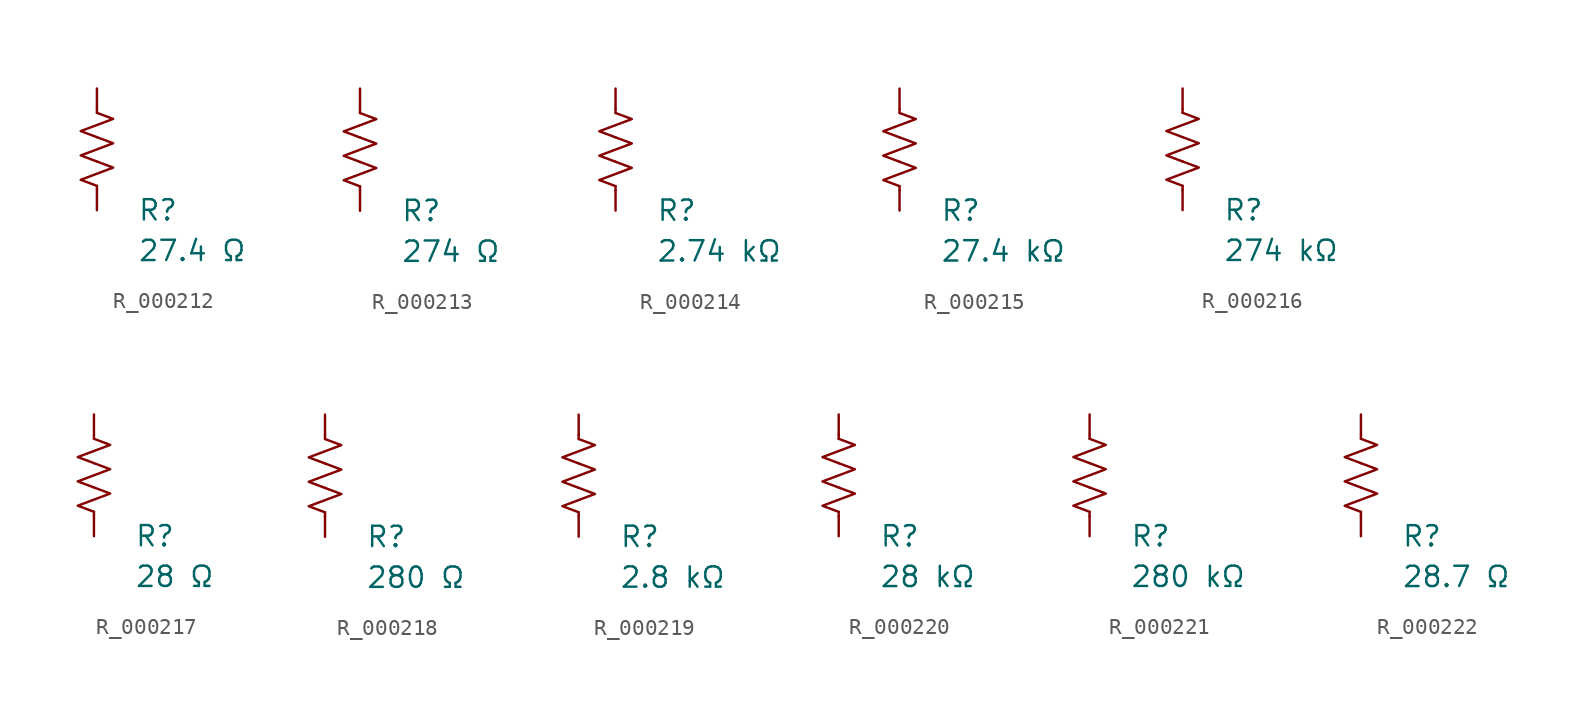
<source format=kicad_sym>
(kicad_symbol_lib
  (version 20231120)
  (generator "kicad_symbol_editor")
  (generator_version "8.0")
  (symbol "R_000212"
    (pin_numbers hide)
    (pin_names
      (offset 0))
    (property "Reference" "R"
      (at 2.54 -3.81 0)
      (effects (font (size 1.27 1.27)) (justify left))
      (show_name no))
    (property "Value" "27.4 Ω"
      (at 2.54 -6.35 0)
      (effects (font (size 1.27 1.27)) (justify left))
      (show_name no))
    (symbol "R_000212_0_1"
      (polyline (pts (xy 0 -2.286) (xy 0 -2.54)) (stroke (width 0) (type default)) (fill (type none)))
      (polyline (pts (xy 0 2.286) (xy 0 2.54)) (stroke (width 0) (type default)) (fill (type none)))
      (polyline (pts (xy 0 -0.762) (xy 1.016 -1.143) (xy 0 -1.524) (xy -1.016 -1.905) (xy 0 -2.286)) (stroke (width 0) (type default)) (fill (type none)))
      (polyline (pts (xy 0 0.762) (xy 1.016 0.381) (xy 0 0) (xy -1.016 -0.381) (xy 0 -0.762)) (stroke (width 0) (type default)) (fill (type none)))
      (polyline (pts (xy 0 2.286) (xy 1.016 1.905) (xy 0 1.524) (xy -1.016 1.143) (xy 0 0.762)) (stroke (width 0) (type default)) (fill (type none))))
    (symbol "R_000212_1_1"
      (pin passive line (at 0 3.81 270) (length 1.27) (name "~" (effects (font (size 1.27 1.27)))) (number "1" (effects (font (size 1.27 1.27)))))
      (pin passive line (at 0 -3.81 90) (length 1.27) (name "~" (effects (font (size 1.27 1.27)))) (number "2" (effects (font (size 1.27 1.27)))))))
  (symbol "R_000213"
    (pin_numbers hide)
    (pin_names
      (offset 0))
    (property "Reference" "R"
      (at 2.54 -3.81 0)
      (effects (font (size 1.27 1.27)) (justify left))
      (show_name no))
    (property "Value" "274 Ω"
      (at 2.54 -6.35 0)
      (effects (font (size 1.27 1.27)) (justify left))
      (show_name no))
    (symbol "R_000213_0_1"
      (polyline (pts (xy 0 -2.286) (xy 0 -2.54)) (stroke (width 0) (type default)) (fill (type none)))
      (polyline (pts (xy 0 2.286) (xy 0 2.54)) (stroke (width 0) (type default)) (fill (type none)))
      (polyline (pts (xy 0 -0.762) (xy 1.016 -1.143) (xy 0 -1.524) (xy -1.016 -1.905) (xy 0 -2.286)) (stroke (width 0) (type default)) (fill (type none)))
      (polyline (pts (xy 0 0.762) (xy 1.016 0.381) (xy 0 0) (xy -1.016 -0.381) (xy 0 -0.762)) (stroke (width 0) (type default)) (fill (type none)))
      (polyline (pts (xy 0 2.286) (xy 1.016 1.905) (xy 0 1.524) (xy -1.016 1.143) (xy 0 0.762)) (stroke (width 0) (type default)) (fill (type none))))
    (symbol "R_000213_1_1"
      (pin passive line (at 0 3.81 270) (length 1.27) (name "~" (effects (font (size 1.27 1.27)))) (number "1" (effects (font (size 1.27 1.27)))))
      (pin passive line (at 0 -3.81 90) (length 1.27) (name "~" (effects (font (size 1.27 1.27)))) (number "2" (effects (font (size 1.27 1.27)))))))
  (symbol "R_000214"
    (pin_numbers hide)
    (pin_names
      (offset 0))
    (property "Reference" "R"
      (at 2.54 -3.81 0)
      (effects (font (size 1.27 1.27)) (justify left))
      (show_name no))
    (property "Value" "2.74 kΩ"
      (at 2.54 -6.35 0)
      (effects (font (size 1.27 1.27)) (justify left))
      (show_name no))
    (symbol "R_000214_0_1"
      (polyline (pts (xy 0 -2.286) (xy 0 -2.54)) (stroke (width 0) (type default)) (fill (type none)))
      (polyline (pts (xy 0 2.286) (xy 0 2.54)) (stroke (width 0) (type default)) (fill (type none)))
      (polyline (pts (xy 0 -0.762) (xy 1.016 -1.143) (xy 0 -1.524) (xy -1.016 -1.905) (xy 0 -2.286)) (stroke (width 0) (type default)) (fill (type none)))
      (polyline (pts (xy 0 0.762) (xy 1.016 0.381) (xy 0 0) (xy -1.016 -0.381) (xy 0 -0.762)) (stroke (width 0) (type default)) (fill (type none)))
      (polyline (pts (xy 0 2.286) (xy 1.016 1.905) (xy 0 1.524) (xy -1.016 1.143) (xy 0 0.762)) (stroke (width 0) (type default)) (fill (type none))))
    (symbol "R_000214_1_1"
      (pin passive line (at 0 3.81 270) (length 1.27) (name "~" (effects (font (size 1.27 1.27)))) (number "1" (effects (font (size 1.27 1.27)))))
      (pin passive line (at 0 -3.81 90) (length 1.27) (name "~" (effects (font (size 1.27 1.27)))) (number "2" (effects (font (size 1.27 1.27)))))))
  (symbol "R_000215"
    (pin_numbers hide)
    (pin_names
      (offset 0))
    (property "Reference" "R"
      (at 2.54 -3.81 0)
      (effects (font (size 1.27 1.27)) (justify left))
      (show_name no))
    (property "Value" "27.4 kΩ"
      (at 2.54 -6.35 0)
      (effects (font (size 1.27 1.27)) (justify left))
      (show_name no))
    (symbol "R_000215_0_1"
      (polyline (pts (xy 0 -2.286) (xy 0 -2.54)) (stroke (width 0) (type default)) (fill (type none)))
      (polyline (pts (xy 0 2.286) (xy 0 2.54)) (stroke (width 0) (type default)) (fill (type none)))
      (polyline (pts (xy 0 -0.762) (xy 1.016 -1.143) (xy 0 -1.524) (xy -1.016 -1.905) (xy 0 -2.286)) (stroke (width 0) (type default)) (fill (type none)))
      (polyline (pts (xy 0 0.762) (xy 1.016 0.381) (xy 0 0) (xy -1.016 -0.381) (xy 0 -0.762)) (stroke (width 0) (type default)) (fill (type none)))
      (polyline (pts (xy 0 2.286) (xy 1.016 1.905) (xy 0 1.524) (xy -1.016 1.143) (xy 0 0.762)) (stroke (width 0) (type default)) (fill (type none))))
    (symbol "R_000215_1_1"
      (pin passive line (at 0 3.81 270) (length 1.27) (name "~" (effects (font (size 1.27 1.27)))) (number "1" (effects (font (size 1.27 1.27)))))
      (pin passive line (at 0 -3.81 90) (length 1.27) (name "~" (effects (font (size 1.27 1.27)))) (number "2" (effects (font (size 1.27 1.27)))))))
  (symbol "R_000216"
    (pin_numbers hide)
    (pin_names
      (offset 0))
    (property "Reference" "R"
      (at 2.54 -3.81 0)
      (effects (font (size 1.27 1.27)) (justify left))
      (show_name no))
    (property "Value" "274 kΩ"
      (at 2.54 -6.35 0)
      (effects (font (size 1.27 1.27)) (justify left))
      (show_name no))
    (symbol "R_000216_0_1"
      (polyline (pts (xy 0 -2.286) (xy 0 -2.54)) (stroke (width 0) (type default)) (fill (type none)))
      (polyline (pts (xy 0 2.286) (xy 0 2.54)) (stroke (width 0) (type default)) (fill (type none)))
      (polyline (pts (xy 0 -0.762) (xy 1.016 -1.143) (xy 0 -1.524) (xy -1.016 -1.905) (xy 0 -2.286)) (stroke (width 0) (type default)) (fill (type none)))
      (polyline (pts (xy 0 0.762) (xy 1.016 0.381) (xy 0 0) (xy -1.016 -0.381) (xy 0 -0.762)) (stroke (width 0) (type default)) (fill (type none)))
      (polyline (pts (xy 0 2.286) (xy 1.016 1.905) (xy 0 1.524) (xy -1.016 1.143) (xy 0 0.762)) (stroke (width 0) (type default)) (fill (type none))))
    (symbol "R_000216_1_1"
      (pin passive line (at 0 3.81 270) (length 1.27) (name "~" (effects (font (size 1.27 1.27)))) (number "1" (effects (font (size 1.27 1.27)))))
      (pin passive line (at 0 -3.81 90) (length 1.27) (name "~" (effects (font (size 1.27 1.27)))) (number "2" (effects (font (size 1.27 1.27)))))))
  (symbol "R_000217"
    (pin_numbers hide)
    (pin_names
      (offset 0))
    (property "Reference" "R"
      (at 2.54 -3.81 0)
      (effects (font (size 1.27 1.27)) (justify left))
      (show_name no))
    (property "Value" "28 Ω"
      (at 2.54 -6.35 0)
      (effects (font (size 1.27 1.27)) (justify left))
      (show_name no))
    (symbol "R_000217_0_1"
      (polyline (pts (xy 0 -2.286) (xy 0 -2.54)) (stroke (width 0) (type default)) (fill (type none)))
      (polyline (pts (xy 0 2.286) (xy 0 2.54)) (stroke (width 0) (type default)) (fill (type none)))
      (polyline (pts (xy 0 -0.762) (xy 1.016 -1.143) (xy 0 -1.524) (xy -1.016 -1.905) (xy 0 -2.286)) (stroke (width 0) (type default)) (fill (type none)))
      (polyline (pts (xy 0 0.762) (xy 1.016 0.381) (xy 0 0) (xy -1.016 -0.381) (xy 0 -0.762)) (stroke (width 0) (type default)) (fill (type none)))
      (polyline (pts (xy 0 2.286) (xy 1.016 1.905) (xy 0 1.524) (xy -1.016 1.143) (xy 0 0.762)) (stroke (width 0) (type default)) (fill (type none))))
    (symbol "R_000217_1_1"
      (pin passive line (at 0 3.81 270) (length 1.27) (name "~" (effects (font (size 1.27 1.27)))) (number "1" (effects (font (size 1.27 1.27)))))
      (pin passive line (at 0 -3.81 90) (length 1.27) (name "~" (effects (font (size 1.27 1.27)))) (number "2" (effects (font (size 1.27 1.27)))))))
  (symbol "R_000218"
    (pin_numbers hide)
    (pin_names
      (offset 0))
    (property "Reference" "R"
      (at 2.54 -3.81 0)
      (effects (font (size 1.27 1.27)) (justify left))
      (show_name no))
    (property "Value" "280 Ω"
      (at 2.54 -6.35 0)
      (effects (font (size 1.27 1.27)) (justify left))
      (show_name no))
    (symbol "R_000218_0_1"
      (polyline (pts (xy 0 -2.286) (xy 0 -2.54)) (stroke (width 0) (type default)) (fill (type none)))
      (polyline (pts (xy 0 2.286) (xy 0 2.54)) (stroke (width 0) (type default)) (fill (type none)))
      (polyline (pts (xy 0 -0.762) (xy 1.016 -1.143) (xy 0 -1.524) (xy -1.016 -1.905) (xy 0 -2.286)) (stroke (width 0) (type default)) (fill (type none)))
      (polyline (pts (xy 0 0.762) (xy 1.016 0.381) (xy 0 0) (xy -1.016 -0.381) (xy 0 -0.762)) (stroke (width 0) (type default)) (fill (type none)))
      (polyline (pts (xy 0 2.286) (xy 1.016 1.905) (xy 0 1.524) (xy -1.016 1.143) (xy 0 0.762)) (stroke (width 0) (type default)) (fill (type none))))
    (symbol "R_000218_1_1"
      (pin passive line (at 0 3.81 270) (length 1.27) (name "~" (effects (font (size 1.27 1.27)))) (number "1" (effects (font (size 1.27 1.27)))))
      (pin passive line (at 0 -3.81 90) (length 1.27) (name "~" (effects (font (size 1.27 1.27)))) (number "2" (effects (font (size 1.27 1.27)))))))
  (symbol "R_000219"
    (pin_numbers hide)
    (pin_names
      (offset 0))
    (property "Reference" "R"
      (at 2.54 -3.81 0)
      (effects (font (size 1.27 1.27)) (justify left))
      (show_name no))
    (property "Value" "2.8 kΩ"
      (at 2.54 -6.35 0)
      (effects (font (size 1.27 1.27)) (justify left))
      (show_name no))
    (symbol "R_000219_0_1"
      (polyline (pts (xy 0 -2.286) (xy 0 -2.54)) (stroke (width 0) (type default)) (fill (type none)))
      (polyline (pts (xy 0 2.286) (xy 0 2.54)) (stroke (width 0) (type default)) (fill (type none)))
      (polyline (pts (xy 0 -0.762) (xy 1.016 -1.143) (xy 0 -1.524) (xy -1.016 -1.905) (xy 0 -2.286)) (stroke (width 0) (type default)) (fill (type none)))
      (polyline (pts (xy 0 0.762) (xy 1.016 0.381) (xy 0 0) (xy -1.016 -0.381) (xy 0 -0.762)) (stroke (width 0) (type default)) (fill (type none)))
      (polyline (pts (xy 0 2.286) (xy 1.016 1.905) (xy 0 1.524) (xy -1.016 1.143) (xy 0 0.762)) (stroke (width 0) (type default)) (fill (type none))))
    (symbol "R_000219_1_1"
      (pin passive line (at 0 3.81 270) (length 1.27) (name "~" (effects (font (size 1.27 1.27)))) (number "1" (effects (font (size 1.27 1.27)))))
      (pin passive line (at 0 -3.81 90) (length 1.27) (name "~" (effects (font (size 1.27 1.27)))) (number "2" (effects (font (size 1.27 1.27)))))))
  (symbol "R_000220"
    (pin_numbers hide)
    (pin_names
      (offset 0))
    (property "Reference" "R"
      (at 2.54 -3.81 0)
      (effects (font (size 1.27 1.27)) (justify left))
      (show_name no))
    (property "Value" "28 kΩ"
      (at 2.54 -6.35 0)
      (effects (font (size 1.27 1.27)) (justify left))
      (show_name no))
    (symbol "R_000220_0_1"
      (polyline (pts (xy 0 -2.286) (xy 0 -2.54)) (stroke (width 0) (type default)) (fill (type none)))
      (polyline (pts (xy 0 2.286) (xy 0 2.54)) (stroke (width 0) (type default)) (fill (type none)))
      (polyline (pts (xy 0 -0.762) (xy 1.016 -1.143) (xy 0 -1.524) (xy -1.016 -1.905) (xy 0 -2.286)) (stroke (width 0) (type default)) (fill (type none)))
      (polyline (pts (xy 0 0.762) (xy 1.016 0.381) (xy 0 0) (xy -1.016 -0.381) (xy 0 -0.762)) (stroke (width 0) (type default)) (fill (type none)))
      (polyline (pts (xy 0 2.286) (xy 1.016 1.905) (xy 0 1.524) (xy -1.016 1.143) (xy 0 0.762)) (stroke (width 0) (type default)) (fill (type none))))
    (symbol "R_000220_1_1"
      (pin passive line (at 0 3.81 270) (length 1.27) (name "~" (effects (font (size 1.27 1.27)))) (number "1" (effects (font (size 1.27 1.27)))))
      (pin passive line (at 0 -3.81 90) (length 1.27) (name "~" (effects (font (size 1.27 1.27)))) (number "2" (effects (font (size 1.27 1.27)))))))
  (symbol "R_000221"
    (pin_numbers hide)
    (pin_names
      (offset 0))
    (property "Reference" "R"
      (at 2.54 -3.81 0)
      (effects (font (size 1.27 1.27)) (justify left))
      (show_name no))
    (property "Value" "280 kΩ"
      (at 2.54 -6.35 0)
      (effects (font (size 1.27 1.27)) (justify left))
      (show_name no))
    (symbol "R_000221_0_1"
      (polyline (pts (xy 0 -2.286) (xy 0 -2.54)) (stroke (width 0) (type default)) (fill (type none)))
      (polyline (pts (xy 0 2.286) (xy 0 2.54)) (stroke (width 0) (type default)) (fill (type none)))
      (polyline (pts (xy 0 -0.762) (xy 1.016 -1.143) (xy 0 -1.524) (xy -1.016 -1.905) (xy 0 -2.286)) (stroke (width 0) (type default)) (fill (type none)))
      (polyline (pts (xy 0 0.762) (xy 1.016 0.381) (xy 0 0) (xy -1.016 -0.381) (xy 0 -0.762)) (stroke (width 0) (type default)) (fill (type none)))
      (polyline (pts (xy 0 2.286) (xy 1.016 1.905) (xy 0 1.524) (xy -1.016 1.143) (xy 0 0.762)) (stroke (width 0) (type default)) (fill (type none))))
    (symbol "R_000221_1_1"
      (pin passive line (at 0 3.81 270) (length 1.27) (name "~" (effects (font (size 1.27 1.27)))) (number "1" (effects (font (size 1.27 1.27)))))
      (pin passive line (at 0 -3.81 90) (length 1.27) (name "~" (effects (font (size 1.27 1.27)))) (number "2" (effects (font (size 1.27 1.27)))))))
  (symbol "R_000222"
    (pin_numbers hide)
    (pin_names
      (offset 0))
    (property "Reference" "R"
      (at 2.54 -3.81 0)
      (effects (font (size 1.27 1.27)) (justify left))
      (show_name no))
    (property "Value" "28.7 Ω"
      (at 2.54 -6.35 0)
      (effects (font (size 1.27 1.27)) (justify left))
      (show_name no))
    (symbol "R_000222_0_1"
      (polyline (pts (xy 0 -2.286) (xy 0 -2.54)) (stroke (width 0) (type default)) (fill (type none)))
      (polyline (pts (xy 0 2.286) (xy 0 2.54)) (stroke (width 0) (type default)) (fill (type none)))
      (polyline (pts (xy 0 -0.762) (xy 1.016 -1.143) (xy 0 -1.524) (xy -1.016 -1.905) (xy 0 -2.286)) (stroke (width 0) (type default)) (fill (type none)))
      (polyline (pts (xy 0 0.762) (xy 1.016 0.381) (xy 0 0) (xy -1.016 -0.381) (xy 0 -0.762)) (stroke (width 0) (type default)) (fill (type none)))
      (polyline (pts (xy 0 2.286) (xy 1.016 1.905) (xy 0 1.524) (xy -1.016 1.143) (xy 0 0.762)) (stroke (width 0) (type default)) (fill (type none))))
    (symbol "R_000222_1_1"
      (pin passive line (at 0 3.81 270) (length 1.27) (name "~" (effects (font (size 1.27 1.27)))) (number "1" (effects (font (size 1.27 1.27)))))
      (pin passive line (at 0 -3.81 90) (length 1.27) (name "~" (effects (font (size 1.27 1.27)))) (number "2" (effects (font (size 1.27 1.27))))))))
</source>
